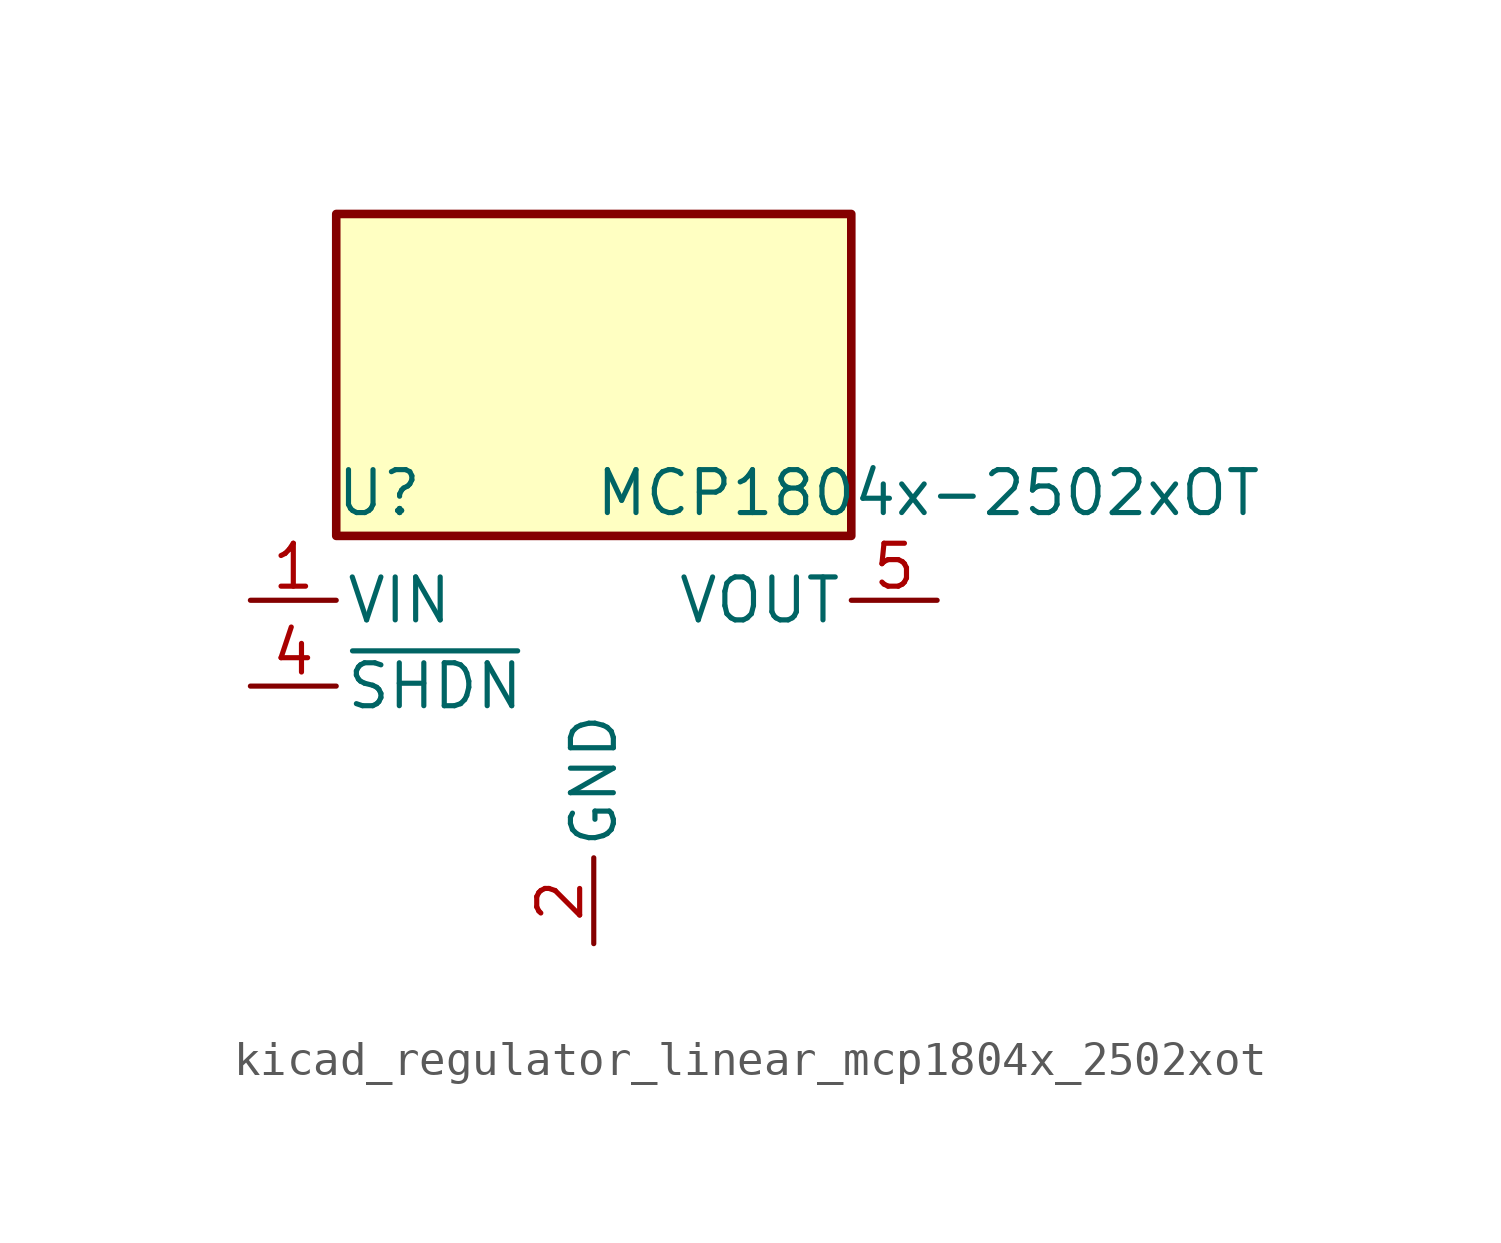
<source format=kicad_sym>
(kicad_symbol_lib
  (version 20220914)
  (generator kicad_symbol_editor)
  (symbol "kicad_regulator_linear_mcp1804x_2502xot"
    (pin_names
      (offset 0.254))
    (property "Reference" "U"
      (at -6.35 5.715 0)
      (effects (font (size 1.27 1.27))))
    (property "Value" "MCP1804x-2502xOT"
      (at 0 5.715 0)
      (effects (font (size 1.27 1.27)) (justify left)))
    (symbol "kicad_regulator_linear_mcp1804x_2502xot_0_1"
      (rectangle (start 7.62 13.97) (end -7.62 4.445) (stroke (width 0.254) (type default)) (fill (type background))))
    (symbol "kicad_regulator_linear_mcp1804x_2502xot_1_1"
      (pin power_in line (at -10.16 2.54 0) (length 2.54) (name "VIN" (effects (font (size 1.27 1.27)))) (number "1" (effects (font (size 1.27 1.27)))))
      (pin power_in line (at 0 -7.62 90) (length 2.54) (name "GND" (effects (font (size 1.27 1.27)))) (number "2" (effects (font (size 1.27 1.27)))))
      (pin no_connect line (at 7.62 0 180) (length 2.54) hide (name "NC" (effects (font (size 1.27 1.27)))) (number "3" (effects (font (size 1.27 1.27)))))
      (pin input line (at -10.16 0 0) (length 2.54) (name "~{SHDN}" (effects (font (size 1.27 1.27)))) (number "4" (effects (font (size 1.27 1.27)))))
      (pin power_out line (at 10.16 2.54 180) (length 2.54) (name "VOUT" (effects (font (size 1.27 1.27)))) (number "5" (effects (font (size 1.27 1.27))))))))
</source>
